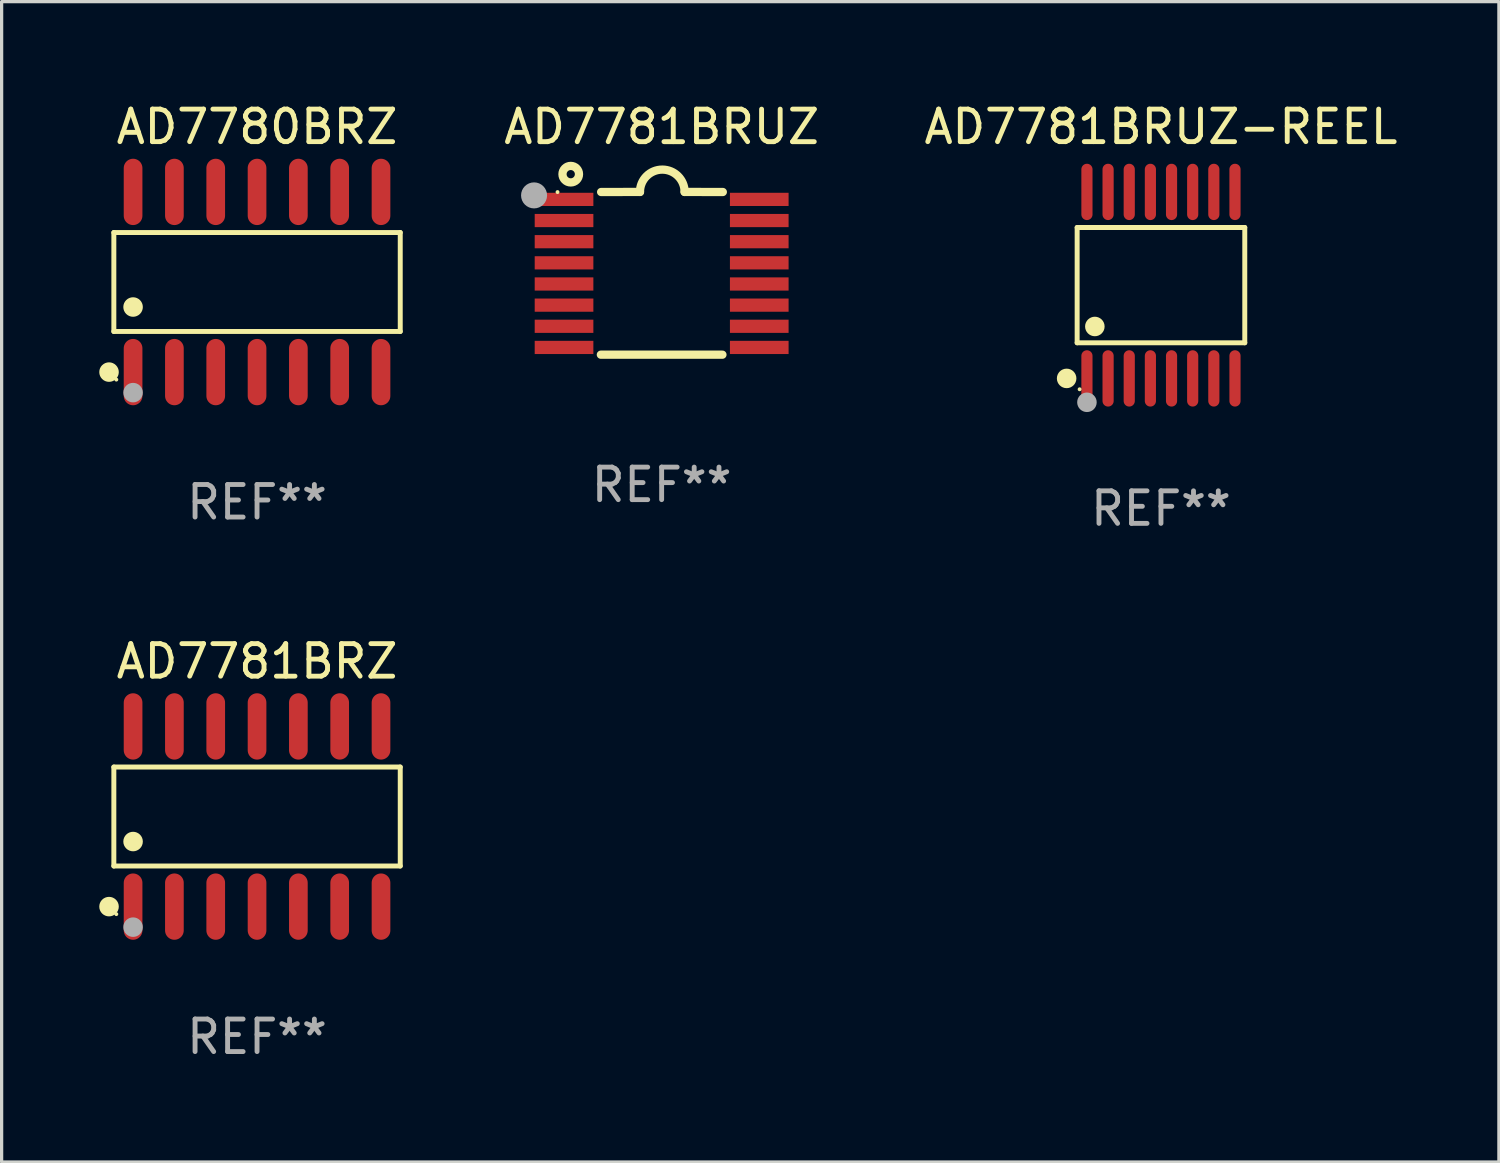
<source format=kicad_pcb>
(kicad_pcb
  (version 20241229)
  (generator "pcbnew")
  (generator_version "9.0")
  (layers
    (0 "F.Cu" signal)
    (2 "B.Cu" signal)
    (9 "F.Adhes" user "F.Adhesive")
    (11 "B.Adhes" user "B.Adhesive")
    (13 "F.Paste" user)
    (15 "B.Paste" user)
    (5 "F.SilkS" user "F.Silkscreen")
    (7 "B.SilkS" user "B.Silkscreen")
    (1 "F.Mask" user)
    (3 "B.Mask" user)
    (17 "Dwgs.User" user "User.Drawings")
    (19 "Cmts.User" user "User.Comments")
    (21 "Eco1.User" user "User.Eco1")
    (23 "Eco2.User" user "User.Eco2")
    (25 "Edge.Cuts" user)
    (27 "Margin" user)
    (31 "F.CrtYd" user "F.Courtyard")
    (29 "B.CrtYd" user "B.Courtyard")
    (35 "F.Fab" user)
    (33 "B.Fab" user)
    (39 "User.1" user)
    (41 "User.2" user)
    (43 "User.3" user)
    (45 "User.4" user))
  (footprint "AD7781BRZ"
    (layer "F.Cu")
    (at 4.85 22.045)
    (property "Reference" "AD7781BRZ" (at 0 -4.769 0) (layer "F.SilkS") (effects (font (size 1 1) (thickness 0.15))))
    (attr through_hole)
    (fp_line (start -4.401 -1.521) (end 4.401 -1.521) (stroke (width 0.152) (type solid)) (layer "F.SilkS"))
    (fp_line (start -4.401 1.521) (end -4.401 -1.521) (stroke (width 0.152) (type solid)) (layer "F.SilkS"))
    (fp_line (start 4.401 -1.521) (end 4.401 1.521) (stroke (width 0.152) (type solid)) (layer "F.SilkS"))
    (fp_line (start 4.401 1.521) (end -4.401 1.521) (stroke (width 0.152) (type solid)) (layer "F.SilkS"))
    (fp_circle (center -4.549 2.769) (end -4.399 2.769) (stroke (width 0.3) (type solid)) (fill no) (layer "F.SilkS"))
    (fp_circle (center -4.325 3) (end -4.295 3) (stroke (width 0.06) (type solid)) (fill no) (layer "F.SilkS"))
    (fp_circle (center -3.81 0.769) (end -3.66 0.769) (stroke (width 0.3) (type solid)) (fill no) (layer "F.SilkS"))
    (fp_circle (center -3.81 3.4) (end -3.66 3.4) (stroke (width 0.3) (type solid)) (fill no) (layer "F.Fab"))
    (fp_text user "REF**" (at 0 6.769 0) (layer "F.Fab") (effects (font (size 1 1) (thickness 0.15))))
    (pad "1" smd oval (at -3.81 2.769) (size 0.574 2.038) (layers "F.Cu" "F.Mask" "F.Paste"))
    (pad "2" smd oval (at -2.54 2.769) (size 0.574 2.038) (layers "F.Cu" "F.Mask" "F.Paste"))
    (pad "3" smd oval (at -1.27 2.769) (size 0.574 2.038) (layers "F.Cu" "F.Mask" "F.Paste"))
    (pad "4" smd oval (at 0 2.769) (size 0.574 2.038) (layers "F.Cu" "F.Mask" "F.Paste"))
    (pad "5" smd oval (at 1.27 2.769) (size 0.574 2.038) (layers "F.Cu" "F.Mask" "F.Paste"))
    (pad "6" smd oval (at 2.54 2.769) (size 0.574 2.038) (layers "F.Cu" "F.Mask" "F.Paste"))
    (pad "7" smd oval (at 3.81 2.769) (size 0.574 2.038) (layers "F.Cu" "F.Mask" "F.Paste"))
    (pad "8" smd oval (at 3.81 -2.769) (size 0.574 2.038) (layers "F.Cu" "F.Mask" "F.Paste"))
    (pad "9" smd oval (at 2.54 -2.769) (size 0.574 2.038) (layers "F.Cu" "F.Mask" "F.Paste"))
    (pad "10" smd oval (at 1.27 -2.769) (size 0.574 2.038) (layers "F.Cu" "F.Mask" "F.Paste"))
    (pad "11" smd oval (at 0 -2.769) (size 0.574 2.038) (layers "F.Cu" "F.Mask" "F.Paste"))
    (pad "12" smd oval (at -1.27 -2.769) (size 0.574 2.038) (layers "F.Cu" "F.Mask" "F.Paste"))
    (pad "13" smd oval (at -2.54 -2.769) (size 0.574 2.038) (layers "F.Cu" "F.Mask" "F.Paste"))
    (pad "14" smd oval (at -3.81 -2.769) (size 0.574 2.038) (layers "F.Cu" "F.Mask" "F.Paste")))
  (footprint "AD7781BRUZ-REEL"
    (layer "F.Cu")
    (at 32.631 5.714)
    (property "Reference" "AD7781BRUZ-REEL" (at 0 -4.866 0) (layer "F.SilkS") (effects (font (size 1 1) (thickness 0.15))))
    (attr through_hole)
    (fp_line (start -2.576 -1.772) (end 2.576 -1.772) (stroke (width 0.152) (type solid)) (layer "F.SilkS"))
    (fp_line (start -2.576 1.771) (end -2.576 -1.772) (stroke (width 0.152) (type solid)) (layer "F.SilkS"))
    (fp_line (start 2.576 -1.772) (end 2.576 1.771) (stroke (width 0.152) (type solid)) (layer "F.SilkS"))
    (fp_line (start 2.576 1.771) (end -2.576 1.771) (stroke (width 0.152) (type solid)) (layer "F.SilkS"))
    (fp_circle (center -2.899 2.866) (end -2.749 2.866) (stroke (width 0.3) (type solid)) (fill no) (layer "F.SilkS"))
    (fp_circle (center -2.5 3.2) (end -2.47 3.2) (stroke (width 0.06) (type solid)) (fill no) (layer "F.SilkS"))
    (fp_circle (center -2.032 1.27) (end -1.882 1.27) (stroke (width 0.3) (type solid)) (fill no) (layer "F.SilkS"))
    (fp_circle (center -2.275 3.6) (end -2.125 3.6) (stroke (width 0.3) (type solid)) (fill no) (layer "F.Fab"))
    (fp_text user "REF**" (at 0 6.866 0) (layer "F.Fab") (effects (font (size 1 1) (thickness 0.15))))
    (pad "1" smd oval (at -2.275 2.866) (size 0.343 1.731) (layers "F.Cu" "F.Mask" "F.Paste"))
    (pad "2" smd oval (at -1.625 2.866) (size 0.343 1.731) (layers "F.Cu" "F.Mask" "F.Paste"))
    (pad "3" smd oval (at -0.975 2.866) (size 0.343 1.731) (layers "F.Cu" "F.Mask" "F.Paste"))
    (pad "4" smd oval (at -0.325 2.866) (size 0.343 1.731) (layers "F.Cu" "F.Mask" "F.Paste"))
    (pad "5" smd oval (at 0.325 2.866) (size 0.343 1.731) (layers "F.Cu" "F.Mask" "F.Paste"))
    (pad "6" smd oval (at 0.975 2.866) (size 0.343 1.731) (layers "F.Cu" "F.Mask" "F.Paste"))
    (pad "7" smd oval (at 1.625 2.866) (size 0.343 1.731) (layers "F.Cu" "F.Mask" "F.Paste"))
    (pad "8" smd oval (at 2.275 2.866) (size 0.343 1.731) (layers "F.Cu" "F.Mask" "F.Paste"))
    (pad "9" smd oval (at 2.275 -2.866) (size 0.343 1.731) (layers "F.Cu" "F.Mask" "F.Paste"))
    (pad "10" smd oval (at 1.625 -2.866) (size 0.343 1.731) (layers "F.Cu" "F.Mask" "F.Paste"))
    (pad "11" smd oval (at 0.975 -2.866) (size 0.343 1.731) (layers "F.Cu" "F.Mask" "F.Paste"))
    (pad "12" smd oval (at 0.325 -2.866) (size 0.343 1.731) (layers "F.Cu" "F.Mask" "F.Paste"))
    (pad "13" smd oval (at -0.325 -2.866) (size 0.343 1.731) (layers "F.Cu" "F.Mask" "F.Paste"))
    (pad "14" smd oval (at -0.975 -2.866) (size 0.343 1.731) (layers "F.Cu" "F.Mask" "F.Paste"))
    (pad "15" smd oval (at -1.625 -2.866) (size 0.343 1.731) (layers "F.Cu" "F.Mask" "F.Paste"))
    (pad "16" smd oval (at -2.275 -2.866) (size 0.343 1.731) (layers "F.Cu" "F.Mask" "F.Paste")))
  (footprint "AD7780BRZ"
    (layer "F.Cu")
    (at 4.85 5.617)
    (property "Reference" "AD7780BRZ" (at 0 -4.769 0) (layer "F.SilkS") (effects (font (size 1 1) (thickness 0.15))))
    (attr through_hole)
    (fp_line (start -4.401 -1.521) (end 4.401 -1.521) (stroke (width 0.152) (type solid)) (layer "F.SilkS"))
    (fp_line (start -4.401 1.521) (end -4.401 -1.521) (stroke (width 0.152) (type solid)) (layer "F.SilkS"))
    (fp_line (start 4.401 -1.521) (end 4.401 1.521) (stroke (width 0.152) (type solid)) (layer "F.SilkS"))
    (fp_line (start 4.401 1.521) (end -4.401 1.521) (stroke (width 0.152) (type solid)) (layer "F.SilkS"))
    (fp_circle (center -4.549 2.769) (end -4.399 2.769) (stroke (width 0.3) (type solid)) (fill no) (layer "F.SilkS"))
    (fp_circle (center -4.325 3) (end -4.295 3) (stroke (width 0.06) (type solid)) (fill no) (layer "F.SilkS"))
    (fp_circle (center -3.81 0.769) (end -3.66 0.769) (stroke (width 0.3) (type solid)) (fill no) (layer "F.SilkS"))
    (fp_circle (center -3.81 3.4) (end -3.66 3.4) (stroke (width 0.3) (type solid)) (fill no) (layer "F.Fab"))
    (fp_text user "REF**" (at 0 6.769 0) (layer "F.Fab") (effects (font (size 1 1) (thickness 0.15))))
    (pad "1" smd oval (at -3.81 2.769) (size 0.574 2.038) (layers "F.Cu" "F.Mask" "F.Paste"))
    (pad "2" smd oval (at -2.54 2.769) (size 0.574 2.038) (layers "F.Cu" "F.Mask" "F.Paste"))
    (pad "3" smd oval (at -1.27 2.769) (size 0.574 2.038) (layers "F.Cu" "F.Mask" "F.Paste"))
    (pad "4" smd oval (at 0 2.769) (size 0.574 2.038) (layers "F.Cu" "F.Mask" "F.Paste"))
    (pad "5" smd oval (at 1.27 2.769) (size 0.574 2.038) (layers "F.Cu" "F.Mask" "F.Paste"))
    (pad "6" smd oval (at 2.54 2.769) (size 0.574 2.038) (layers "F.Cu" "F.Mask" "F.Paste"))
    (pad "7" smd oval (at 3.81 2.769) (size 0.574 2.038) (layers "F.Cu" "F.Mask" "F.Paste"))
    (pad "8" smd oval (at 3.81 -2.769) (size 0.574 2.038) (layers "F.Cu" "F.Mask" "F.Paste"))
    (pad "9" smd oval (at 2.54 -2.769) (size 0.574 2.038) (layers "F.Cu" "F.Mask" "F.Paste"))
    (pad "10" smd oval (at 1.27 -2.769) (size 0.574 2.038) (layers "F.Cu" "F.Mask" "F.Paste"))
    (pad "11" smd oval (at 0 -2.769) (size 0.574 2.038) (layers "F.Cu" "F.Mask" "F.Paste"))
    (pad "12" smd oval (at -1.27 -2.769) (size 0.574 2.038) (layers "F.Cu" "F.Mask" "F.Paste"))
    (pad "13" smd oval (at -2.54 -2.769) (size 0.574 2.038) (layers "F.Cu" "F.Mask" "F.Paste"))
    (pad "14" smd oval (at -3.81 -2.769) (size 0.574 2.038) (layers "F.Cu" "F.Mask" "F.Paste")))
  (footprint "AD7781BRUZ"
    (layer "F.Cu")
    (at 17.285 5.35)
    (property "Reference" "AD7781BRUZ" (at 0 -4.501 0) (layer "F.SilkS") (effects (font (size 1 1) (thickness 0.15))))
    (attr through_hole)
    (fp_line (start -1.868 2.501) (end 1.868 2.501) (stroke (width 0.254) (type solid)) (layer "F.SilkS"))
    (fp_line (start -1.86 -2.499) (end -0.666 -2.501) (stroke (width 0.254) (type solid)) (layer "F.SilkS"))
    (fp_line (start 0.706 -2.501) (end 1.88 -2.499) (stroke (width 0.254) (type solid)) (layer "F.SilkS"))
    (fp_arc (start -0.665914 -2.501448) (mid 0.019888 -3.18725) (end 0.70569 -2.501448) (stroke (width 0.254001) (type solid)) (layer "F.SilkS"))
    (fp_circle (center -3.2 -2.497) (end -3.17 -2.497) (stroke (width 0.06) (type solid)) (fill no) (layer "F.SilkS"))
    (fp_circle (center -2.794 -3.047) (end -2.54 -3.047) (stroke (width 0.254) (type solid)) (fill no) (layer "F.SilkS"))
    (fp_circle (center -3.921 -2.395) (end -3.721 -2.395) (stroke (width 0.4) (type solid)) (fill no) (layer "F.Fab"))
    (fp_text user "REF**" (at 0 6.501 0) (layer "F.Fab") (effects (font (size 1 1) (thickness 0.15))))
    (pad "1" smd rect (at -3 -2.272) (size 1.803 0.406) (layers "F.Cu" "F.Mask" "F.Paste"))
    (pad "2" smd rect (at -3 -1.622) (size 1.803 0.406) (layers "F.Cu" "F.Mask" "F.Paste"))
    (pad "3" smd rect (at -3 -0.972) (size 1.803 0.406) (layers "F.Cu" "F.Mask" "F.Paste"))
    (pad "4" smd rect (at -3 -0.322) (size 1.803 0.406) (layers "F.Cu" "F.Mask" "F.Paste"))
    (pad "5" smd rect (at -3 0.328) (size 1.803 0.406) (layers "F.Cu" "F.Mask" "F.Paste"))
    (pad "6" smd rect (at -3 0.978) (size 1.803 0.406) (layers "F.Cu" "F.Mask" "F.Paste"))
    (pad "7" smd rect (at -3 1.628) (size 1.803 0.406) (layers "F.Cu" "F.Mask" "F.Paste"))
    (pad "8" smd rect (at -3 2.278) (size 1.803 0.406) (layers "F.Cu" "F.Mask" "F.Paste"))
    (pad "9" smd rect (at 3 2.278) (size 1.803 0.406) (layers "F.Cu" "F.Mask" "F.Paste"))
    (pad "10" smd rect (at 3 1.628) (size 1.803 0.406) (layers "F.Cu" "F.Mask" "F.Paste"))
    (pad "11" smd rect (at 3 0.978) (size 1.803 0.406) (layers "F.Cu" "F.Mask" "F.Paste"))
    (pad "12" smd rect (at 3 0.328) (size 1.803 0.406) (layers "F.Cu" "F.Mask" "F.Paste"))
    (pad "13" smd rect (at 3 -0.322) (size 1.803 0.406) (layers "F.Cu" "F.Mask" "F.Paste"))
    (pad "14" smd rect (at 3 -0.972) (size 1.803 0.406) (layers "F.Cu" "F.Mask" "F.Paste"))
    (pad "15" smd rect (at 3 -1.622) (size 1.803 0.406) (layers "F.Cu" "F.Mask" "F.Paste"))
    (pad "16" smd rect (at 3 -2.272) (size 1.803 0.406) (layers "F.Cu" "F.Mask" "F.Paste")))
  (gr_rect
    (start -3 -3)
    (end 43.017 32.663)
    (stroke (width 0.1) (type default))
    (fill no)
    (layer "Edge.Cuts")))
</source>
